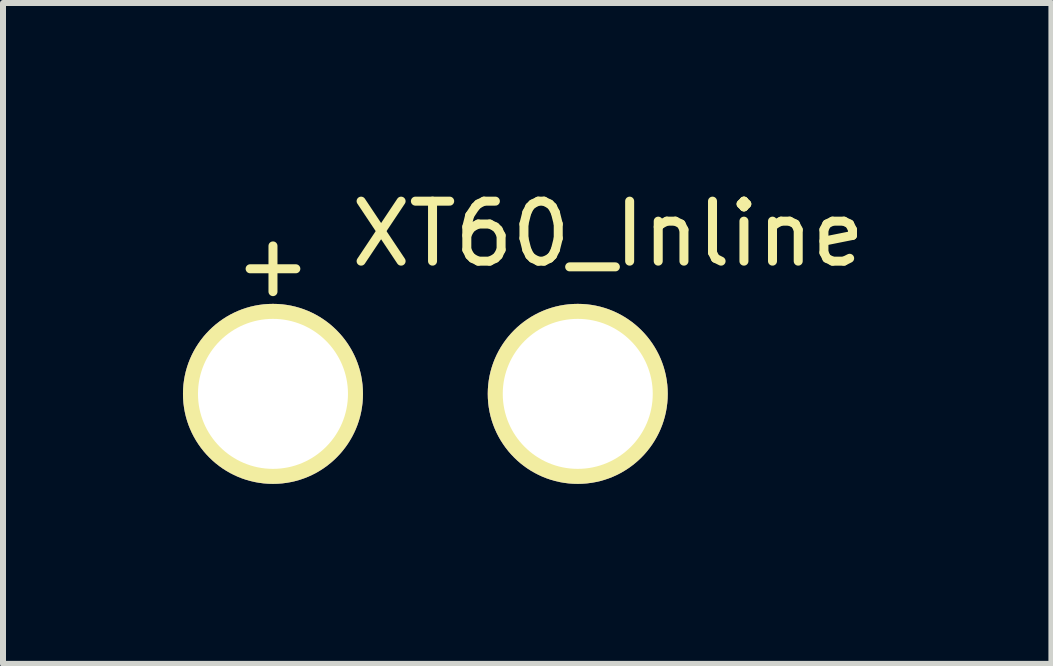
<source format=kicad_pcb>
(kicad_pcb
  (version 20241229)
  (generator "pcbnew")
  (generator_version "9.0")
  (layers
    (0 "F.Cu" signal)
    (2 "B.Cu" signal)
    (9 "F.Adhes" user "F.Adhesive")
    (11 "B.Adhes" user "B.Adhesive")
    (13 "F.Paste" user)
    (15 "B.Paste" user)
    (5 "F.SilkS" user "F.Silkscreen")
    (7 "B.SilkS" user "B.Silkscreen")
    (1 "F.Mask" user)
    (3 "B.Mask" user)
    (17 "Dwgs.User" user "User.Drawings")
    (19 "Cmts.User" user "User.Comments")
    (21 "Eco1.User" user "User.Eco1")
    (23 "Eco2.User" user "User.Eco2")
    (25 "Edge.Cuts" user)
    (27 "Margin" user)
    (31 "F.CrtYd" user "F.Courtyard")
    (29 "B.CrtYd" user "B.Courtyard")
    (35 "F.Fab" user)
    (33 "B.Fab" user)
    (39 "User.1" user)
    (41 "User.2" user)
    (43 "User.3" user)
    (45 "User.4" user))
  (footprint "XT60_Inline"
    (layer "F.Cu")
    (at 4.04 3.515)
    (property "Reference" "XT60_Inline" (at 3.048 -2.667 0) (layer "F.SilkS") (effects (font (size 1 1) (thickness 0.15))))
    (attr through_hole)
    (fp_text user "+" (at -2.54 -2.159 0) (layer "F.SilkS") (effects (font (size 1 1) (thickness 0.15))))
    (pad "1" thru_hole circle (at -2.54 0) (size 3 3) (drill 2.5) (layers "*.Cu" "*.Mask" "F.SilkS"))
    (pad "2" thru_hole circle (at 2.54 0) (size 3 3) (drill 2.5) (layers "*.Cu" "*.Mask" "F.SilkS")))
  (gr_rect
    (start -3 -3)
    (end 14.475 8.015)
    (stroke (width 0.1) (type default))
    (fill no)
    (layer "Edge.Cuts")))
</source>
